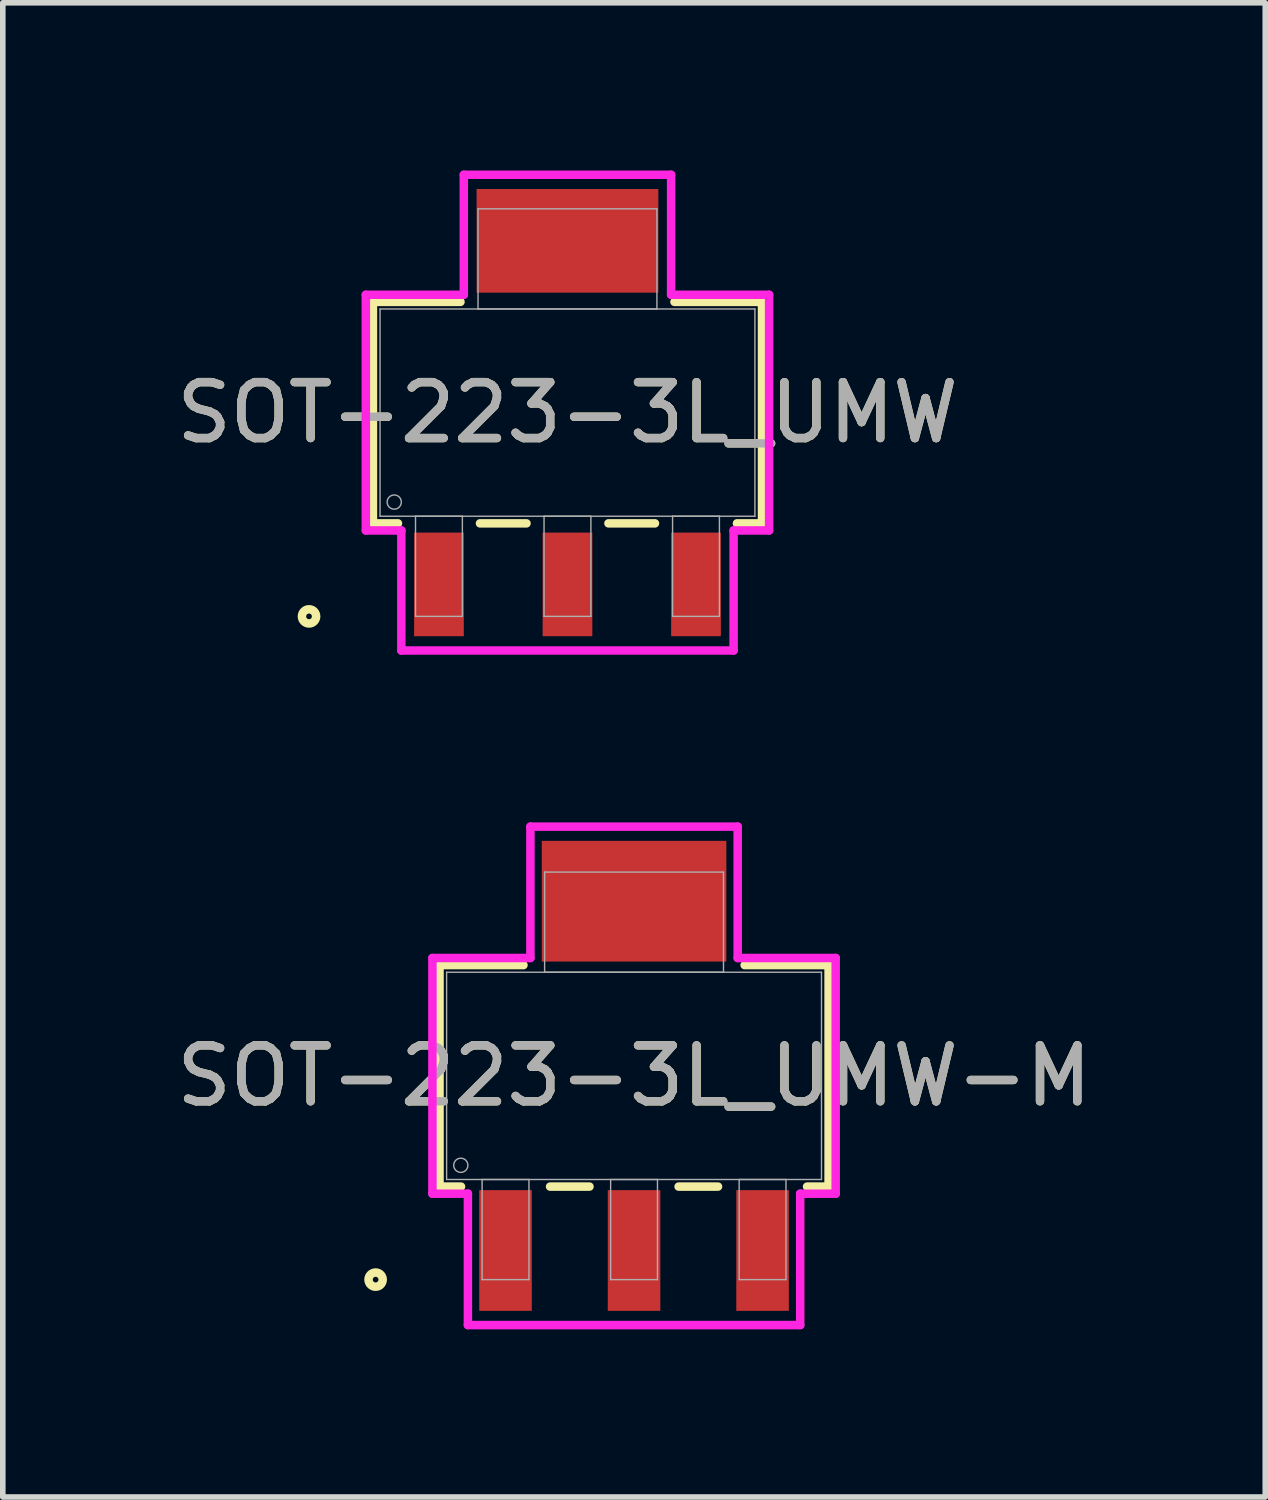
<source format=kicad_pcb>
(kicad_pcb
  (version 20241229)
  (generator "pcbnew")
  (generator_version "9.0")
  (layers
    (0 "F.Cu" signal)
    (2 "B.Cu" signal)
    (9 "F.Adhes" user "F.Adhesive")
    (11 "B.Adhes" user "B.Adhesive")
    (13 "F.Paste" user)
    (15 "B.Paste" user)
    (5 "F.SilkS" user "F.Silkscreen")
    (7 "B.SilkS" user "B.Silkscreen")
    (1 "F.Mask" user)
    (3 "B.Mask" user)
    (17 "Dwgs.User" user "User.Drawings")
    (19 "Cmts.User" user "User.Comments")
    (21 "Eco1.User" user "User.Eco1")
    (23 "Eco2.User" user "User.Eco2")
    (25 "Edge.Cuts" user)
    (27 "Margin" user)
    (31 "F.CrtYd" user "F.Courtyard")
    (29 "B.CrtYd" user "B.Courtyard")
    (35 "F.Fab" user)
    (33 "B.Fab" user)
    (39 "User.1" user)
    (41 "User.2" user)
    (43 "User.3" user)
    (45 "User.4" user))
  (footprint "SOT-223-3L_UMW-M"
    (layer "F.Cu")
    (at 8.292 16.195)
    (property "Reference" "SOT-223-3L_UMW-M" (at 0 0 0) (unlocked yes) (layer "F.SilkS") (effects (font (size 1 1) (thickness 0.15))))
    (attr smd)
    (fp_line (start -3.48 -1.981) (end -3.48 1.981) (stroke (width 0.152) (type solid)) (layer "F.SilkS"))
    (fp_line (start -3.48 1.981) (end -3.095 1.981) (stroke (width 0.152) (type solid)) (layer "F.SilkS"))
    (fp_line (start -1.978 -1.981) (end -3.48 -1.981) (stroke (width 0.152) (type solid)) (layer "F.SilkS"))
    (fp_line (start -1.502 1.981) (end -0.797 1.981) (stroke (width 0.152) (type solid)) (layer "F.SilkS"))
    (fp_line (start 0.797 1.981) (end 1.502 1.981) (stroke (width 0.152) (type solid)) (layer "F.SilkS"))
    (fp_line (start 3.095 1.981) (end 3.48 1.981) (stroke (width 0.152) (type solid)) (layer "F.SilkS"))
    (fp_line (start 3.48 -1.981) (end 1.978 -1.981) (stroke (width 0.152) (type solid)) (layer "F.SilkS"))
    (fp_line (start 3.48 1.981) (end 3.48 -1.981) (stroke (width 0.152) (type solid)) (layer "F.SilkS"))
    (fp_circle (center -4.623 3.645) (end -4.496 3.645) (stroke (width 0.152) (type solid)) (fill no) (layer "F.SilkS"))
    (fp_line (start -3.607 -2.108) (end -1.854 -2.108) (stroke (width 0.152) (type solid)) (layer "F.CrtYd"))
    (fp_line (start -3.607 2.108) (end -3.607 -2.108) (stroke (width 0.152) (type solid)) (layer "F.CrtYd"))
    (fp_line (start -2.972 2.108) (end -3.607 2.108) (stroke (width 0.152) (type solid)) (layer "F.CrtYd"))
    (fp_line (start -2.972 4.458) (end -2.972 2.108) (stroke (width 0.152) (type solid)) (layer "F.CrtYd"))
    (fp_line (start -1.854 -4.458) (end 1.854 -4.458) (stroke (width 0.152) (type solid)) (layer "F.CrtYd"))
    (fp_line (start -1.854 -2.108) (end -1.854 -4.458) (stroke (width 0.152) (type solid)) (layer "F.CrtYd"))
    (fp_line (start 1.854 -4.458) (end 1.854 -2.108) (stroke (width 0.152) (type solid)) (layer "F.CrtYd"))
    (fp_line (start 1.854 -2.108) (end 3.607 -2.108) (stroke (width 0.152) (type solid)) (layer "F.CrtYd"))
    (fp_line (start 2.972 2.108) (end 2.972 4.458) (stroke (width 0.152) (type solid)) (layer "F.CrtYd"))
    (fp_line (start 2.972 4.458) (end -2.972 4.458) (stroke (width 0.152) (type solid)) (layer "F.CrtYd"))
    (fp_line (start 3.607 -2.108) (end 3.607 2.108) (stroke (width 0.152) (type solid)) (layer "F.CrtYd"))
    (fp_line (start 3.607 2.108) (end 2.972 2.108) (stroke (width 0.152) (type solid)) (layer "F.CrtYd"))
    (fp_line (start -3.353 -1.854) (end -3.353 1.854) (stroke (width 0.025) (type solid)) (layer "F.Fab"))
    (fp_line (start -3.353 1.854) (end 3.353 1.854) (stroke (width 0.025) (type solid)) (layer "F.Fab"))
    (fp_line (start -2.718 1.854) (end -2.718 3.645) (stroke (width 0.025) (type solid)) (layer "F.Fab"))
    (fp_line (start -2.718 3.645) (end -1.88 3.645) (stroke (width 0.025) (type solid)) (layer "F.Fab"))
    (fp_line (start -1.88 1.854) (end -2.718 1.854) (stroke (width 0.025) (type solid)) (layer "F.Fab"))
    (fp_line (start -1.88 3.645) (end -1.88 1.854) (stroke (width 0.025) (type solid)) (layer "F.Fab"))
    (fp_line (start -1.6 -3.645) (end -1.6 -1.854) (stroke (width 0.025) (type solid)) (layer "F.Fab"))
    (fp_line (start -1.6 -1.854) (end 1.6 -1.854) (stroke (width 0.025) (type solid)) (layer "F.Fab"))
    (fp_line (start -0.419 1.854) (end -0.419 3.645) (stroke (width 0.025) (type solid)) (layer "F.Fab"))
    (fp_line (start -0.419 3.645) (end 0.419 3.645) (stroke (width 0.025) (type solid)) (layer "F.Fab"))
    (fp_line (start 0.419 1.854) (end -0.419 1.854) (stroke (width 0.025) (type solid)) (layer "F.Fab"))
    (fp_line (start 0.419 3.645) (end 0.419 1.854) (stroke (width 0.025) (type solid)) (layer "F.Fab"))
    (fp_line (start 1.6 -3.645) (end -1.6 -3.645) (stroke (width 0.025) (type solid)) (layer "F.Fab"))
    (fp_line (start 1.6 -1.854) (end 1.6 -3.645) (stroke (width 0.025) (type solid)) (layer "F.Fab"))
    (fp_line (start 1.88 1.854) (end 1.88 3.645) (stroke (width 0.025) (type solid)) (layer "F.Fab"))
    (fp_line (start 1.88 3.645) (end 2.718 3.645) (stroke (width 0.025) (type solid)) (layer "F.Fab"))
    (fp_line (start 2.718 1.854) (end 1.88 1.854) (stroke (width 0.025) (type solid)) (layer "F.Fab"))
    (fp_line (start 2.718 3.645) (end 2.718 1.854) (stroke (width 0.025) (type solid)) (layer "F.Fab"))
    (fp_line (start 3.353 -1.854) (end -3.353 -1.854) (stroke (width 0.025) (type solid)) (layer "F.Fab"))
    (fp_line (start 3.353 1.854) (end 3.353 -1.854) (stroke (width 0.025) (type solid)) (layer "F.Fab"))
    (fp_circle (center -3.099 1.6) (end -2.972 1.6) (stroke (width 0.025) (type solid)) (fill no) (layer "F.Fab"))
    (fp_text user "${REFERENCE}" (at 0 0 0) (unlocked yes) (layer "F.Fab") (effects (font (size 1 1) (thickness 0.15))))
    (pad "1" smd rect (at -2.299 3.124) (size 0.94 2.159) (layers "F.Cu" "F.Mask" "F.Paste"))
    (pad "2" smd rect (at 0 3.124) (size 0.94 2.159) (layers "F.Cu" "F.Mask" "F.Paste"))
    (pad "3" smd rect (at 2.299 3.124) (size 0.94 2.159) (layers "F.Cu" "F.Mask" "F.Paste"))
    (pad "4" smd rect (at 0 -3.124) (size 3.302 2.159) (layers "F.Cu" "F.Mask" "F.Paste")))
  (footprint "SOT-223-3L_UMW"
    (layer "F.Cu")
    (at 7.101 4.331)
    (property "Reference" "SOT-223-3L_UMW" (at 0 0 0) (unlocked yes) (layer "F.SilkS") (effects (font (size 1 1) (thickness 0.15))))
    (attr smd)
    (fp_line (start -3.48 -1.981) (end -3.48 1.981) (stroke (width 0.152) (type solid)) (layer "F.SilkS"))
    (fp_line (start -3.48 1.981) (end -3.032 1.981) (stroke (width 0.152) (type solid)) (layer "F.SilkS"))
    (fp_line (start -1.914 -1.981) (end -3.48 -1.981) (stroke (width 0.152) (type solid)) (layer "F.SilkS"))
    (fp_line (start -1.565 1.981) (end -0.733 1.981) (stroke (width 0.152) (type solid)) (layer "F.SilkS"))
    (fp_line (start 0.733 1.981) (end 1.565 1.981) (stroke (width 0.152) (type solid)) (layer "F.SilkS"))
    (fp_line (start 3.032 1.981) (end 3.48 1.981) (stroke (width 0.152) (type solid)) (layer "F.SilkS"))
    (fp_line (start 3.48 -1.981) (end 1.914 -1.981) (stroke (width 0.152) (type solid)) (layer "F.SilkS"))
    (fp_line (start 3.48 1.981) (end 3.48 -1.981) (stroke (width 0.152) (type solid)) (layer "F.SilkS"))
    (fp_circle (center -4.623 3.645) (end -4.496 3.645) (stroke (width 0.152) (type solid)) (fill no) (layer "F.SilkS"))
    (fp_line (start -3.607 -2.108) (end -1.854 -2.108) (stroke (width 0.152) (type solid)) (layer "F.CrtYd"))
    (fp_line (start -3.607 2.108) (end -3.607 -2.108) (stroke (width 0.152) (type solid)) (layer "F.CrtYd"))
    (fp_line (start -2.972 2.108) (end -3.607 2.108) (stroke (width 0.152) (type solid)) (layer "F.CrtYd"))
    (fp_line (start -2.972 4.255) (end -2.972 2.108) (stroke (width 0.152) (type solid)) (layer "F.CrtYd"))
    (fp_line (start -1.854 -4.255) (end 1.854 -4.255) (stroke (width 0.152) (type solid)) (layer "F.CrtYd"))
    (fp_line (start -1.854 -2.108) (end -1.854 -4.255) (stroke (width 0.152) (type solid)) (layer "F.CrtYd"))
    (fp_line (start 1.854 -4.255) (end 1.854 -2.108) (stroke (width 0.152) (type solid)) (layer "F.CrtYd"))
    (fp_line (start 1.854 -2.108) (end 3.607 -2.108) (stroke (width 0.152) (type solid)) (layer "F.CrtYd"))
    (fp_line (start 2.972 2.108) (end 2.972 4.255) (stroke (width 0.152) (type solid)) (layer "F.CrtYd"))
    (fp_line (start 2.972 4.255) (end -2.972 4.255) (stroke (width 0.152) (type solid)) (layer "F.CrtYd"))
    (fp_line (start 3.607 -2.108) (end 3.607 2.108) (stroke (width 0.152) (type solid)) (layer "F.CrtYd"))
    (fp_line (start 3.607 2.108) (end 2.972 2.108) (stroke (width 0.152) (type solid)) (layer "F.CrtYd"))
    (fp_line (start -3.353 -1.854) (end -3.353 1.854) (stroke (width 0.025) (type solid)) (layer "F.Fab"))
    (fp_line (start -3.353 1.854) (end 3.353 1.854) (stroke (width 0.025) (type solid)) (layer "F.Fab"))
    (fp_line (start -2.718 1.854) (end -2.718 3.645) (stroke (width 0.025) (type solid)) (layer "F.Fab"))
    (fp_line (start -2.718 3.645) (end -1.88 3.645) (stroke (width 0.025) (type solid)) (layer "F.Fab"))
    (fp_line (start -1.88 1.854) (end -2.718 1.854) (stroke (width 0.025) (type solid)) (layer "F.Fab"))
    (fp_line (start -1.88 3.645) (end -1.88 1.854) (stroke (width 0.025) (type solid)) (layer "F.Fab"))
    (fp_line (start -1.6 -3.645) (end -1.6 -1.854) (stroke (width 0.025) (type solid)) (layer "F.Fab"))
    (fp_line (start -1.6 -1.854) (end 1.6 -1.854) (stroke (width 0.025) (type solid)) (layer "F.Fab"))
    (fp_line (start -0.419 1.854) (end -0.419 3.645) (stroke (width 0.025) (type solid)) (layer "F.Fab"))
    (fp_line (start -0.419 3.645) (end 0.419 3.645) (stroke (width 0.025) (type solid)) (layer "F.Fab"))
    (fp_line (start 0.419 1.854) (end -0.419 1.854) (stroke (width 0.025) (type solid)) (layer "F.Fab"))
    (fp_line (start 0.419 3.645) (end 0.419 1.854) (stroke (width 0.025) (type solid)) (layer "F.Fab"))
    (fp_line (start 1.6 -3.645) (end -1.6 -3.645) (stroke (width 0.025) (type solid)) (layer "F.Fab"))
    (fp_line (start 1.6 -1.854) (end 1.6 -3.645) (stroke (width 0.025) (type solid)) (layer "F.Fab"))
    (fp_line (start 1.88 1.854) (end 1.88 3.645) (stroke (width 0.025) (type solid)) (layer "F.Fab"))
    (fp_line (start 1.88 3.645) (end 2.718 3.645) (stroke (width 0.025) (type solid)) (layer "F.Fab"))
    (fp_line (start 2.718 1.854) (end 1.88 1.854) (stroke (width 0.025) (type solid)) (layer "F.Fab"))
    (fp_line (start 2.718 3.645) (end 2.718 1.854) (stroke (width 0.025) (type solid)) (layer "F.Fab"))
    (fp_line (start 3.353 -1.854) (end -3.353 -1.854) (stroke (width 0.025) (type solid)) (layer "F.Fab"))
    (fp_line (start 3.353 1.854) (end 3.353 -1.854) (stroke (width 0.025) (type solid)) (layer "F.Fab"))
    (fp_circle (center -3.099 1.6) (end -2.972 1.6) (stroke (width 0.025) (type solid)) (fill no) (layer "F.Fab"))
    (fp_text user "${REFERENCE}" (at 0 0 0) (unlocked yes) (layer "F.Fab") (effects (font (size 1 1) (thickness 0.15))))
    (pad "1" smd rect (at -2.299 3.073) (size 0.889 1.854) (layers "F.Cu" "F.Mask" "F.Paste"))
    (pad "2" smd rect (at 0 3.073) (size 0.889 1.854) (layers "F.Cu" "F.Mask" "F.Paste"))
    (pad "3" smd rect (at 2.299 3.073) (size 0.889 1.854) (layers "F.Cu" "F.Mask" "F.Paste"))
    (pad "4" smd rect (at 0 -3.073) (size 3.251 1.854) (layers "F.Cu" "F.Mask" "F.Paste")))
  (gr_rect
    (start -3 -3)
    (end 19.583 23.729)
    (stroke (width 0.1) (type default))
    (fill no)
    (layer "Edge.Cuts")))
</source>
